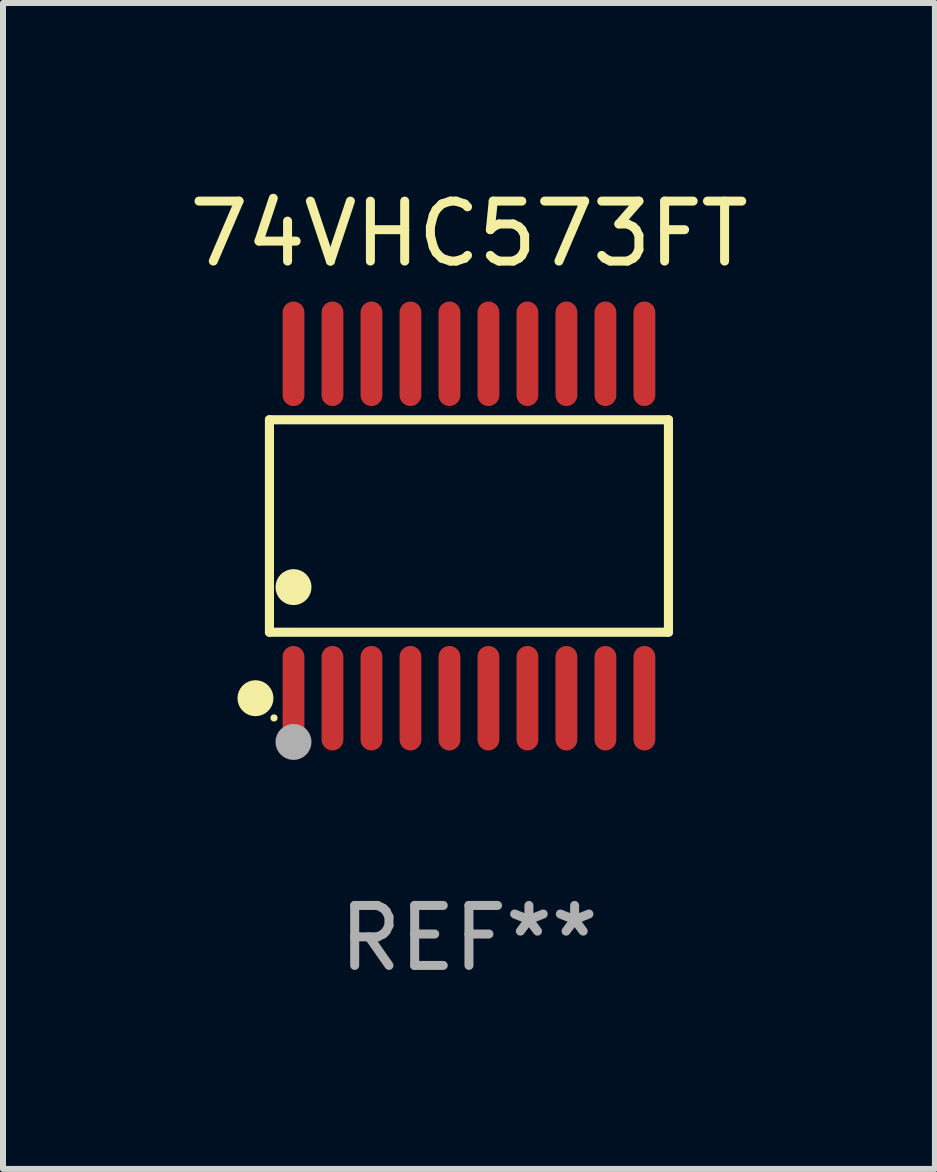
<source format=kicad_pcb>
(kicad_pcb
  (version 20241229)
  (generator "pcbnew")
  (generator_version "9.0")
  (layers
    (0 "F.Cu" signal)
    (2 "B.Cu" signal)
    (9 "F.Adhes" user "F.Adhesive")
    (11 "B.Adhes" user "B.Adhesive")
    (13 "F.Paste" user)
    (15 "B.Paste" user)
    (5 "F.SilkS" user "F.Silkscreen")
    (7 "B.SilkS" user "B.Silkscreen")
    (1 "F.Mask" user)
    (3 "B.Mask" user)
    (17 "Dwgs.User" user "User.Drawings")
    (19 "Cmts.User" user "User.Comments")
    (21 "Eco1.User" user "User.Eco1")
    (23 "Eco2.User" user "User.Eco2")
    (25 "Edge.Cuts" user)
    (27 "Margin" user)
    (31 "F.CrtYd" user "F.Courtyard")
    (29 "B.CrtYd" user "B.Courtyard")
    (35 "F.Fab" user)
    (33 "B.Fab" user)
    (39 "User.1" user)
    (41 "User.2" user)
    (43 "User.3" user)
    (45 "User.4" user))
  (footprint "74VHC573FT"
    (layer "F.Cu")
    (at 4.768 5.719)
    (property "Reference" "74VHC573FT" (at 0 -4.871 0) (layer "F.SilkS") (effects (font (size 1 1) (thickness 0.15))))
    (attr through_hole)
    (fp_line (start -3.326 -1.771) (end 3.326 -1.771) (stroke (width 0.152) (type solid)) (layer "F.SilkS"))
    (fp_line (start -3.326 1.771) (end -3.326 -1.771) (stroke (width 0.152) (type solid)) (layer "F.SilkS"))
    (fp_line (start 3.326 -1.771) (end 3.326 1.771) (stroke (width 0.152) (type solid)) (layer "F.SilkS"))
    (fp_line (start 3.326 1.771) (end -3.326 1.771) (stroke (width 0.152) (type solid)) (layer "F.SilkS"))
    (fp_circle (center -3.559 2.871) (end -3.409 2.871) (stroke (width 0.3) (type solid)) (fill no) (layer "F.SilkS"))
    (fp_circle (center -3.25 3.2) (end -3.22 3.2) (stroke (width 0.06) (type solid)) (fill no) (layer "F.SilkS"))
    (fp_circle (center -2.925 1.019) (end -2.775 1.019) (stroke (width 0.3) (type solid)) (fill no) (layer "F.SilkS"))
    (fp_circle (center -2.925 3.6) (end -2.775 3.6) (stroke (width 0.3) (type solid)) (fill no) (layer "F.Fab"))
    (fp_text user "REF**" (at 0 6.871 0) (layer "F.Fab") (effects (font (size 1 1) (thickness 0.15))))
    (pad "1" smd oval (at -2.925 2.871) (size 0.364 1.742) (layers "F.Cu" "F.Mask" "F.Paste"))
    (pad "2" smd oval (at -2.275 2.871) (size 0.364 1.742) (layers "F.Cu" "F.Mask" "F.Paste"))
    (pad "3" smd oval (at -1.625 2.871) (size 0.364 1.742) (layers "F.Cu" "F.Mask" "F.Paste"))
    (pad "4" smd oval (at -0.975 2.871) (size 0.364 1.742) (layers "F.Cu" "F.Mask" "F.Paste"))
    (pad "5" smd oval (at -0.325 2.871) (size 0.364 1.742) (layers "F.Cu" "F.Mask" "F.Paste"))
    (pad "6" smd oval (at 0.325 2.871) (size 0.364 1.742) (layers "F.Cu" "F.Mask" "F.Paste"))
    (pad "7" smd oval (at 0.975 2.871) (size 0.364 1.742) (layers "F.Cu" "F.Mask" "F.Paste"))
    (pad "8" smd oval (at 1.625 2.871) (size 0.364 1.742) (layers "F.Cu" "F.Mask" "F.Paste"))
    (pad "9" smd oval (at 2.275 2.871) (size 0.364 1.742) (layers "F.Cu" "F.Mask" "F.Paste"))
    (pad "10" smd oval (at 2.925 2.871) (size 0.364 1.742) (layers "F.Cu" "F.Mask" "F.Paste"))
    (pad "11" smd oval (at 2.925 -2.871) (size 0.364 1.742) (layers "F.Cu" "F.Mask" "F.Paste"))
    (pad "12" smd oval (at 2.275 -2.871) (size 0.364 1.742) (layers "F.Cu" "F.Mask" "F.Paste"))
    (pad "13" smd oval (at 1.625 -2.871) (size 0.364 1.742) (layers "F.Cu" "F.Mask" "F.Paste"))
    (pad "14" smd oval (at 0.975 -2.871) (size 0.364 1.742) (layers "F.Cu" "F.Mask" "F.Paste"))
    (pad "15" smd oval (at 0.325 -2.871) (size 0.364 1.742) (layers "F.Cu" "F.Mask" "F.Paste"))
    (pad "16" smd oval (at -0.325 -2.871) (size 0.364 1.742) (layers "F.Cu" "F.Mask" "F.Paste"))
    (pad "17" smd oval (at -0.975 -2.871) (size 0.364 1.742) (layers "F.Cu" "F.Mask" "F.Paste"))
    (pad "18" smd oval (at -1.625 -2.871) (size 0.364 1.742) (layers "F.Cu" "F.Mask" "F.Paste"))
    (pad "19" smd oval (at -2.275 -2.871) (size 0.364 1.742) (layers "F.Cu" "F.Mask" "F.Paste"))
    (pad "20" smd oval (at -2.925 -2.871) (size 0.364 1.742) (layers "F.Cu" "F.Mask" "F.Paste")))
  (gr_rect
    (start -3 -3)
    (end 12.536 16.438)
    (stroke (width 0.1) (type default))
    (fill no)
    (layer "Edge.Cuts")))
</source>
